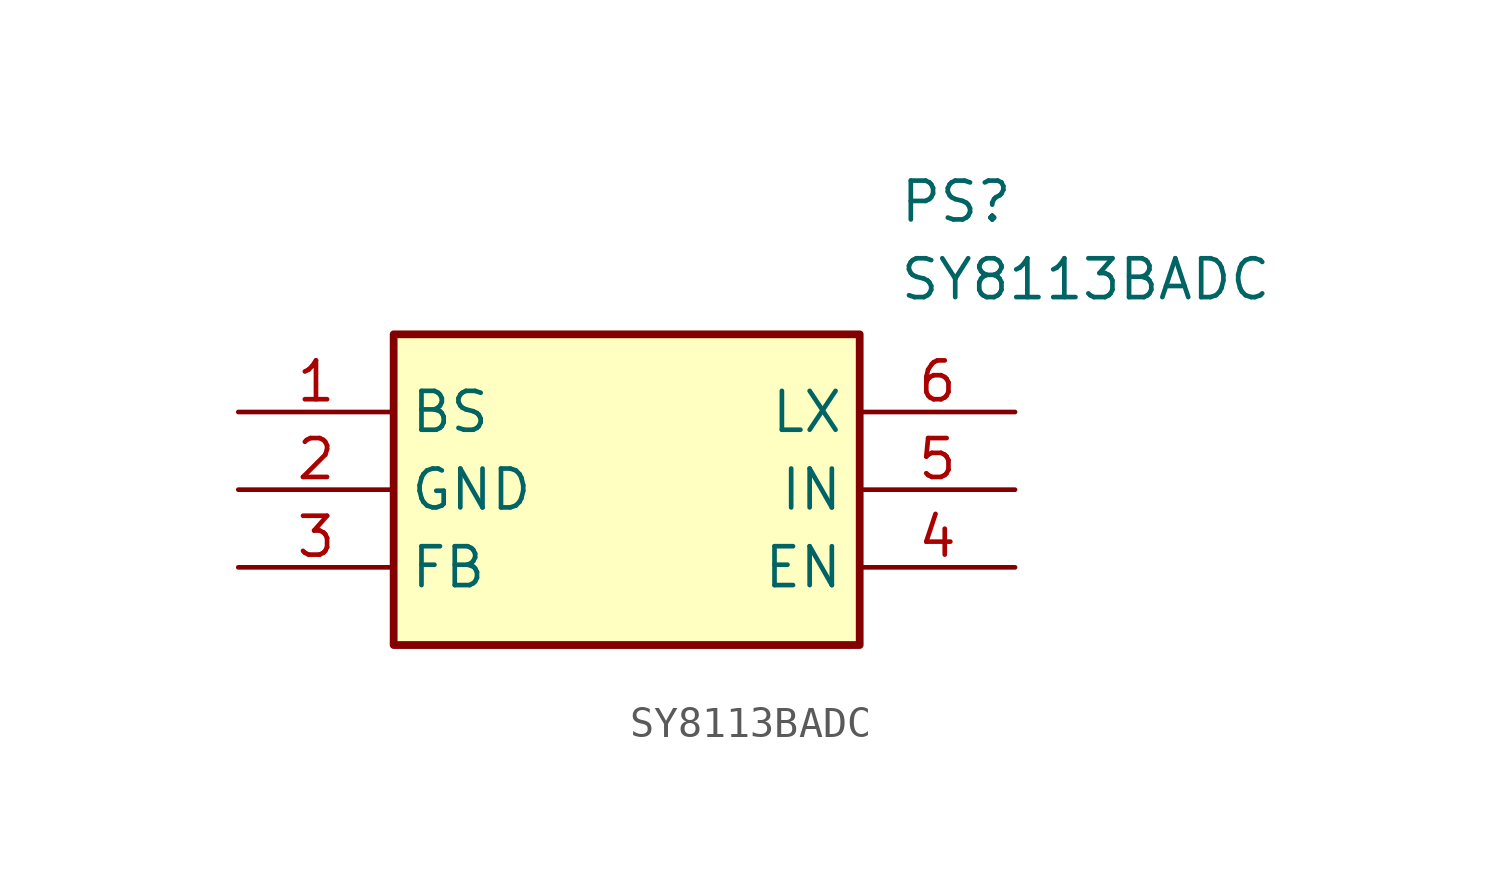
<source format=kicad_sym>
(kicad_symbol_lib
  (version 20211014)
  (generator SamacSys_ECAD_Model)
  (symbol "SY8113BADC"
    (property "Reference" "PS"
      (at 21.59 7.62 0)
      (effects (font (size 1.27 1.27)) (justify left top)))
    (property "Value" "SY8113BADC"
      (at 21.59 5.08 0)
      (effects (font (size 1.27 1.27)) (justify left top)))
    (rectangle
      (start 5.08 2.54)
      (end 20.32 -7.62)
      (stroke (width 0.254) (type default))
      (fill (type background)))
    (pin passive line
      (at 0 0 0)
      (length 5.08)
      (name "BS" (effects (font (size 1.27 1.27))))
      (number "1" (effects (font (size 1.27 1.27)))))
    (pin passive line
      (at 0 -2.54 0)
      (length 5.08)
      (name "GND" (effects (font (size 1.27 1.27))))
      (number "2" (effects (font (size 1.27 1.27)))))
    (pin passive line
      (at 0 -5.08 0)
      (length 5.08)
      (name "FB" (effects (font (size 1.27 1.27))))
      (number "3" (effects (font (size 1.27 1.27)))))
    (pin passive line
      (at 25.4 0 180)
      (length 5.08)
      (name "LX" (effects (font (size 1.27 1.27))))
      (number "6" (effects (font (size 1.27 1.27)))))
    (pin passive line
      (at 25.4 -2.54 180)
      (length 5.08)
      (name "IN" (effects (font (size 1.27 1.27))))
      (number "5" (effects (font (size 1.27 1.27)))))
    (pin passive line
      (at 25.4 -5.08 180)
      (length 5.08)
      (name "EN" (effects (font (size 1.27 1.27))))
      (number "4" (effects (font (size 1.27 1.27)))))))
</source>
